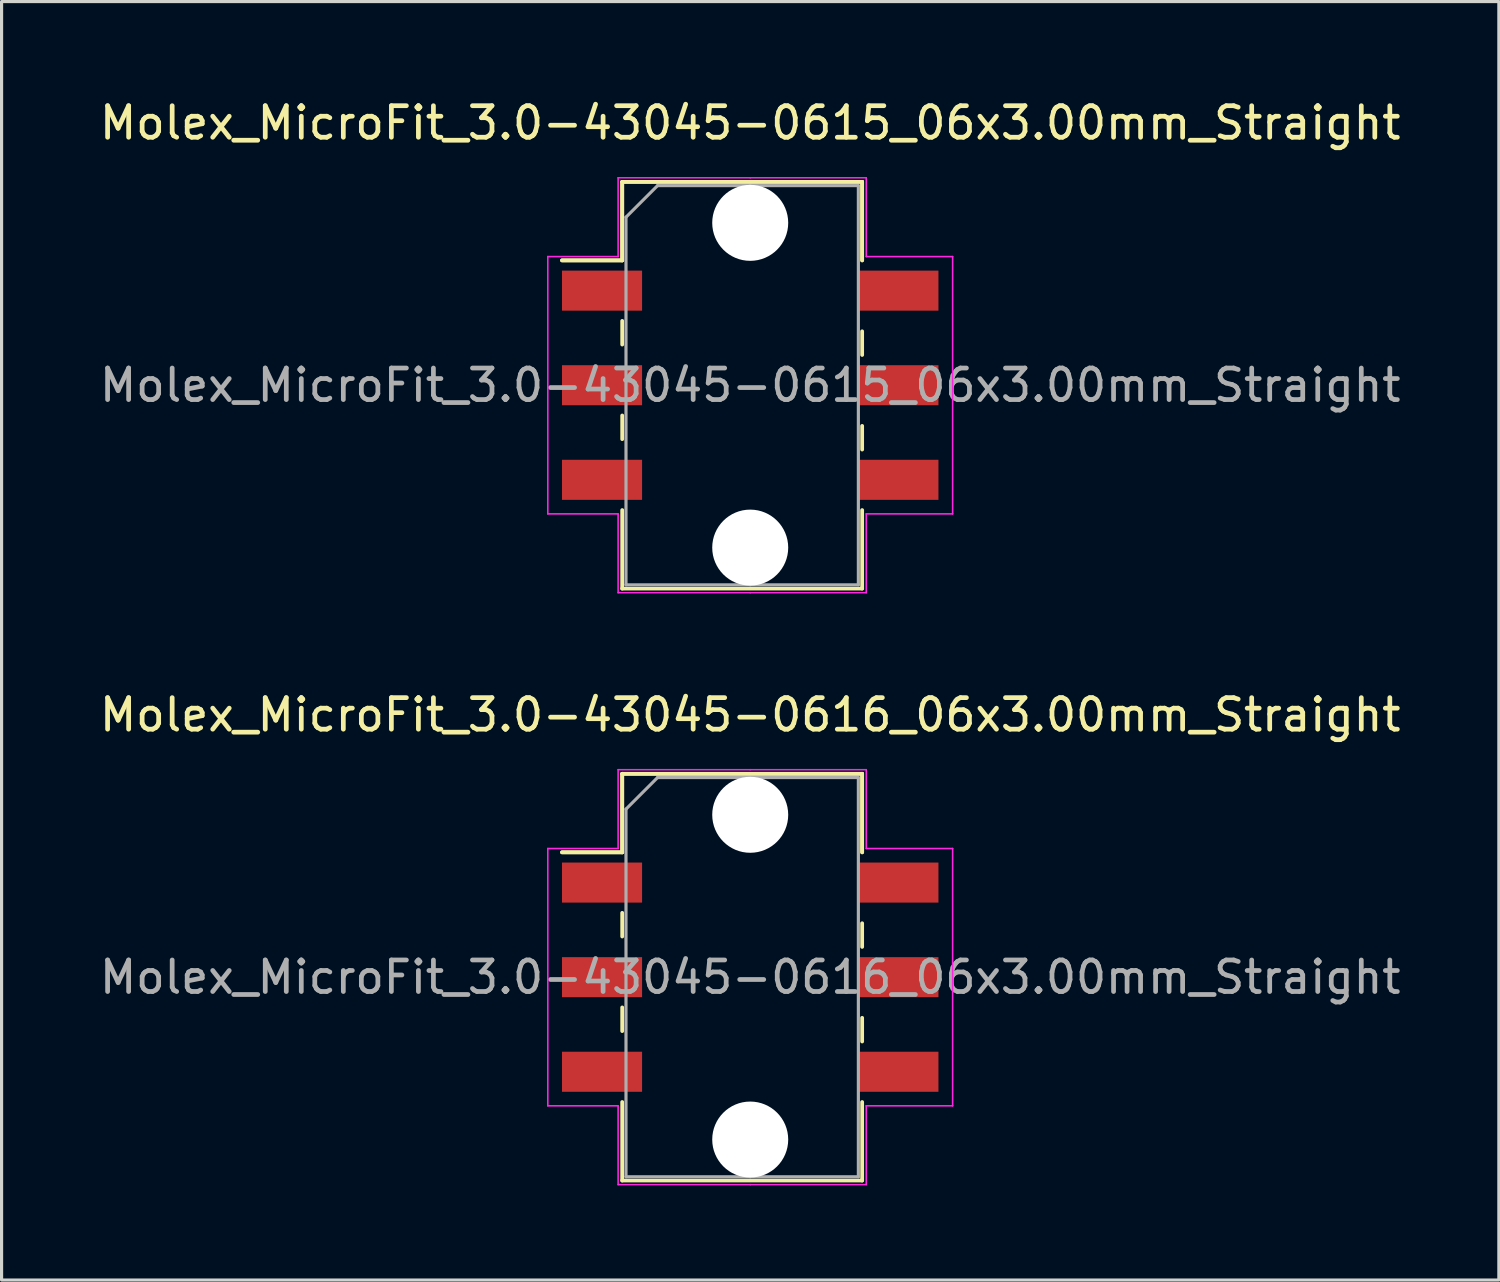
<source format=kicad_pcb>
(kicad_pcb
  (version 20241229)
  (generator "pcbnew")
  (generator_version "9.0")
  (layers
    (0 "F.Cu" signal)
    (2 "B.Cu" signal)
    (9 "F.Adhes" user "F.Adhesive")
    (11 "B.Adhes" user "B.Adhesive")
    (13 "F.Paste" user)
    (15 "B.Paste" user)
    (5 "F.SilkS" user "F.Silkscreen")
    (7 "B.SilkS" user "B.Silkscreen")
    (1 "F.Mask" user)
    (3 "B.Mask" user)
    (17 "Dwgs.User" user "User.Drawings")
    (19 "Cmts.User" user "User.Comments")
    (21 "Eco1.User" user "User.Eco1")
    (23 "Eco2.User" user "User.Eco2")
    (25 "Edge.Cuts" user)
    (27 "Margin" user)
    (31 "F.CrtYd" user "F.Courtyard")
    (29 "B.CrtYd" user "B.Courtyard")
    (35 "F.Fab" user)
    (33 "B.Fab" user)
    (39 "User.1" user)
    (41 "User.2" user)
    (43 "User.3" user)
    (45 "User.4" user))
  (footprint "Molex_MicroFit_3.0-43045-0616_06x3.00mm_Straight"
    (layer "F.Cu")
    (at 20.744 27.942)
    (property "Reference" "Molex_MicroFit_3.0-43045-0616_06x3.00mm_Straight" (at 0 -8.32 0) (layer "F.SilkS") (effects (font (size 1 1) (thickness 0.15))))
    (attr smd)
    (fp_line (start -5.97 -3.96) (end -4.06 -3.96) (stroke (width 0.12) (type solid)) (layer "F.SilkS"))
    (fp_line (start -5.97 -3.96) (end -4.06 -3.96) (stroke (width 0.12) (type solid)) (layer "F.SilkS"))
    (fp_line (start -4.06 -6.45) (end 3.55 -6.45) (stroke (width 0.12) (type solid)) (layer "F.SilkS"))
    (fp_line (start -4.06 -6.45) (end 3.55 -6.45) (stroke (width 0.12) (type solid)) (layer "F.SilkS"))
    (fp_line (start -4.06 -3.96) (end -4.06 -6.45) (stroke (width 0.12) (type solid)) (layer "F.SilkS"))
    (fp_line (start -4.06 -3.96) (end -4.06 -6.45) (stroke (width 0.12) (type solid)) (layer "F.SilkS"))
    (fp_line (start -4.06 -2.04) (end -4.06 -1.29) (stroke (width 0.12) (type solid)) (layer "F.SilkS"))
    (fp_line (start -4.06 0.96) (end -4.06 1.71) (stroke (width 0.12) (type solid)) (layer "F.SilkS"))
    (fp_line (start -4.06 6.45) (end -4.06 3.96) (stroke (width 0.12) (type solid)) (layer "F.SilkS"))
    (fp_line (start 3.55 -6.45) (end 3.55 -3.96) (stroke (width 0.12) (type solid)) (layer "F.SilkS"))
    (fp_line (start 3.55 -6.45) (end 3.55 -3.96) (stroke (width 0.12) (type solid)) (layer "F.SilkS"))
    (fp_line (start 3.55 -0.96) (end 3.55 -1.71) (stroke (width 0.12) (type solid)) (layer "F.SilkS"))
    (fp_line (start 3.55 2.04) (end 3.55 1.29) (stroke (width 0.12) (type solid)) (layer "F.SilkS"))
    (fp_line (start 3.55 3.96) (end 3.55 6.45) (stroke (width 0.12) (type solid)) (layer "F.SilkS"))
    (fp_line (start 3.55 6.45) (end -4.06 6.45) (stroke (width 0.12) (type solid)) (layer "F.SilkS"))
    (fp_line (start -6.42 -4.08) (end -4.19 -4.08) (stroke (width 0.05) (type solid)) (layer "F.CrtYd"))
    (fp_line (start -6.42 4.08) (end -6.42 -4.08) (stroke (width 0.05) (type solid)) (layer "F.CrtYd"))
    (fp_line (start -4.19 -6.58) (end 0 -6.58) (stroke (width 0.05) (type solid)) (layer "F.CrtYd"))
    (fp_line (start -4.19 -4.08) (end -4.19 -6.58) (stroke (width 0.05) (type solid)) (layer "F.CrtYd"))
    (fp_line (start -4.19 4.08) (end -6.42 4.08) (stroke (width 0.05) (type solid)) (layer "F.CrtYd"))
    (fp_line (start -4.19 6.58) (end -4.19 4.08) (stroke (width 0.05) (type solid)) (layer "F.CrtYd"))
    (fp_line (start 0 -6.58) (end 3.68 -6.58) (stroke (width 0.05) (type solid)) (layer "F.CrtYd"))
    (fp_line (start 0 6.58) (end -4.19 6.58) (stroke (width 0.05) (type solid)) (layer "F.CrtYd"))
    (fp_line (start 3.68 -6.58) (end 3.68 -4.08) (stroke (width 0.05) (type solid)) (layer "F.CrtYd"))
    (fp_line (start 3.68 -4.08) (end 6.42 -4.08) (stroke (width 0.05) (type solid)) (layer "F.CrtYd"))
    (fp_line (start 3.68 4.08) (end 3.68 6.58) (stroke (width 0.05) (type solid)) (layer "F.CrtYd"))
    (fp_line (start 3.68 6.58) (end 0 6.58) (stroke (width 0.05) (type solid)) (layer "F.CrtYd"))
    (fp_line (start 6.42 -4.08) (end 6.42 4.08) (stroke (width 0.05) (type solid)) (layer "F.CrtYd"))
    (fp_line (start 6.42 4.08) (end 3.68 4.08) (stroke (width 0.05) (type solid)) (layer "F.CrtYd"))
    (fp_line (start -3.94 -5.33) (end -2.94 -6.33) (stroke (width 0.1) (type solid)) (layer "F.Fab"))
    (fp_line (start -3.94 6.33) (end -3.94 -5.33) (stroke (width 0.1) (type solid)) (layer "F.Fab"))
    (fp_line (start -2.94 -6.33) (end 0 -6.33) (stroke (width 0.1) (type solid)) (layer "F.Fab"))
    (fp_line (start 0 -6.33) (end 3.43 -6.33) (stroke (width 0.1) (type solid)) (layer "F.Fab"))
    (fp_line (start 0 6.33) (end -3.94 6.33) (stroke (width 0.1) (type solid)) (layer "F.Fab"))
    (fp_line (start 3.43 -6.33) (end 3.43 6.33) (stroke (width 0.1) (type solid)) (layer "F.Fab"))
    (fp_line (start 3.43 6.33) (end 0 6.33) (stroke (width 0.1) (type solid)) (layer "F.Fab"))
    (fp_text user "${REFERENCE}" (at 0 0 0) (layer "F.Fab") (effects (font (size 1 1) (thickness 0.15))))
    (pad "" np_thru_hole circle (at 0 -5.15) (size 2.41 2.41) (drill 2.41) (layers "*.Cu"))
    (pad "" np_thru_hole circle (at 0 5.15) (size 2.41 2.41) (drill 2.41) (layers "*.Cu"))
    (pad "1" smd rect (at -4.7 -3) (size 2.54 1.27) (layers "F.Cu" "F.Mask" "F.Paste"))
    (pad "2" smd rect (at -4.7 0) (size 2.54 1.27) (layers "F.Cu" "F.Mask" "F.Paste"))
    (pad "3" smd rect (at -4.7 3) (size 2.54 1.27) (layers "F.Cu" "F.Mask" "F.Paste"))
    (pad "4" smd rect (at 4.7 3) (size 2.54 1.27) (layers "F.Cu" "F.Mask" "F.Paste"))
    (pad "5" smd rect (at 4.7 0) (size 2.54 1.27) (layers "F.Cu" "F.Mask" "F.Paste"))
    (pad "6" smd rect (at 4.7 -3) (size 2.54 1.27) (layers "F.Cu" "F.Mask" "F.Paste")))
  (footprint "Molex_MicroFit_3.0-43045-0615_06x3.00mm_Straight"
    (layer "F.Cu")
    (at 20.744 9.168)
    (property "Reference" "Molex_MicroFit_3.0-43045-0615_06x3.00mm_Straight" (at 0 -8.32 0) (layer "F.SilkS") (effects (font (size 1 1) (thickness 0.15))))
    (attr smd)
    (fp_line (start -5.97 -3.96) (end -4.06 -3.96) (stroke (width 0.12) (type solid)) (layer "F.SilkS"))
    (fp_line (start -5.97 -3.96) (end -4.06 -3.96) (stroke (width 0.12) (type solid)) (layer "F.SilkS"))
    (fp_line (start -4.06 -6.45) (end 3.55 -6.45) (stroke (width 0.12) (type solid)) (layer "F.SilkS"))
    (fp_line (start -4.06 -6.45) (end 3.55 -6.45) (stroke (width 0.12) (type solid)) (layer "F.SilkS"))
    (fp_line (start -4.06 -3.96) (end -4.06 -6.45) (stroke (width 0.12) (type solid)) (layer "F.SilkS"))
    (fp_line (start -4.06 -3.96) (end -4.06 -6.45) (stroke (width 0.12) (type solid)) (layer "F.SilkS"))
    (fp_line (start -4.06 -2.04) (end -4.06 -1.29) (stroke (width 0.12) (type solid)) (layer "F.SilkS"))
    (fp_line (start -4.06 0.96) (end -4.06 1.71) (stroke (width 0.12) (type solid)) (layer "F.SilkS"))
    (fp_line (start -4.06 6.45) (end -4.06 3.96) (stroke (width 0.12) (type solid)) (layer "F.SilkS"))
    (fp_line (start 3.55 -6.45) (end 3.55 -3.96) (stroke (width 0.12) (type solid)) (layer "F.SilkS"))
    (fp_line (start 3.55 -6.45) (end 3.55 -3.96) (stroke (width 0.12) (type solid)) (layer "F.SilkS"))
    (fp_line (start 3.55 -0.96) (end 3.55 -1.71) (stroke (width 0.12) (type solid)) (layer "F.SilkS"))
    (fp_line (start 3.55 2.04) (end 3.55 1.29) (stroke (width 0.12) (type solid)) (layer "F.SilkS"))
    (fp_line (start 3.55 3.96) (end 3.55 6.45) (stroke (width 0.12) (type solid)) (layer "F.SilkS"))
    (fp_line (start 3.55 6.45) (end -4.06 6.45) (stroke (width 0.12) (type solid)) (layer "F.SilkS"))
    (fp_line (start -6.42 -4.08) (end -4.19 -4.08) (stroke (width 0.05) (type solid)) (layer "F.CrtYd"))
    (fp_line (start -6.42 4.08) (end -6.42 -4.08) (stroke (width 0.05) (type solid)) (layer "F.CrtYd"))
    (fp_line (start -4.19 -6.58) (end 0 -6.58) (stroke (width 0.05) (type solid)) (layer "F.CrtYd"))
    (fp_line (start -4.19 -4.08) (end -4.19 -6.58) (stroke (width 0.05) (type solid)) (layer "F.CrtYd"))
    (fp_line (start -4.19 4.08) (end -6.42 4.08) (stroke (width 0.05) (type solid)) (layer "F.CrtYd"))
    (fp_line (start -4.19 6.58) (end -4.19 4.08) (stroke (width 0.05) (type solid)) (layer "F.CrtYd"))
    (fp_line (start 0 -6.58) (end 3.68 -6.58) (stroke (width 0.05) (type solid)) (layer "F.CrtYd"))
    (fp_line (start 0 6.58) (end -4.19 6.58) (stroke (width 0.05) (type solid)) (layer "F.CrtYd"))
    (fp_line (start 3.68 -6.58) (end 3.68 -4.08) (stroke (width 0.05) (type solid)) (layer "F.CrtYd"))
    (fp_line (start 3.68 -4.08) (end 6.42 -4.08) (stroke (width 0.05) (type solid)) (layer "F.CrtYd"))
    (fp_line (start 3.68 4.08) (end 3.68 6.58) (stroke (width 0.05) (type solid)) (layer "F.CrtYd"))
    (fp_line (start 3.68 6.58) (end 0 6.58) (stroke (width 0.05) (type solid)) (layer "F.CrtYd"))
    (fp_line (start 6.42 -4.08) (end 6.42 4.08) (stroke (width 0.05) (type solid)) (layer "F.CrtYd"))
    (fp_line (start 6.42 4.08) (end 3.68 4.08) (stroke (width 0.05) (type solid)) (layer "F.CrtYd"))
    (fp_line (start -3.94 -5.33) (end -2.94 -6.33) (stroke (width 0.1) (type solid)) (layer "F.Fab"))
    (fp_line (start -3.94 6.33) (end -3.94 -5.33) (stroke (width 0.1) (type solid)) (layer "F.Fab"))
    (fp_line (start -2.94 -6.33) (end 0 -6.33) (stroke (width 0.1) (type solid)) (layer "F.Fab"))
    (fp_line (start 0 -6.33) (end 3.43 -6.33) (stroke (width 0.1) (type solid)) (layer "F.Fab"))
    (fp_line (start 0 6.33) (end -3.94 6.33) (stroke (width 0.1) (type solid)) (layer "F.Fab"))
    (fp_line (start 3.43 -6.33) (end 3.43 6.33) (stroke (width 0.1) (type solid)) (layer "F.Fab"))
    (fp_line (start 3.43 6.33) (end 0 6.33) (stroke (width 0.1) (type solid)) (layer "F.Fab"))
    (fp_text user "${REFERENCE}" (at 0 0 0) (layer "F.Fab") (effects (font (size 1 1) (thickness 0.15))))
    (pad "" np_thru_hole circle (at 0 -5.15) (size 2.41 2.41) (drill 2.41) (layers "*.Cu"))
    (pad "" np_thru_hole circle (at 0 5.15) (size 2.41 2.41) (drill 2.41) (layers "*.Cu"))
    (pad "1" smd rect (at -4.7 -3) (size 2.54 1.27) (layers "F.Cu" "F.Mask" "F.Paste"))
    (pad "2" smd rect (at -4.7 0) (size 2.54 1.27) (layers "F.Cu" "F.Mask" "F.Paste"))
    (pad "3" smd rect (at -4.7 3) (size 2.54 1.27) (layers "F.Cu" "F.Mask" "F.Paste"))
    (pad "4" smd rect (at 4.7 3) (size 2.54 1.27) (layers "F.Cu" "F.Mask" "F.Paste"))
    (pad "5" smd rect (at 4.7 0) (size 2.54 1.27) (layers "F.Cu" "F.Mask" "F.Paste"))
    (pad "6" smd rect (at 4.7 -3) (size 2.54 1.27) (layers "F.Cu" "F.Mask" "F.Paste")))
  (gr_rect
    (start -3 -3)
    (end 44.488 37.547)
    (stroke (width 0.1) (type default))
    (fill no)
    (layer "Edge.Cuts")))
</source>
